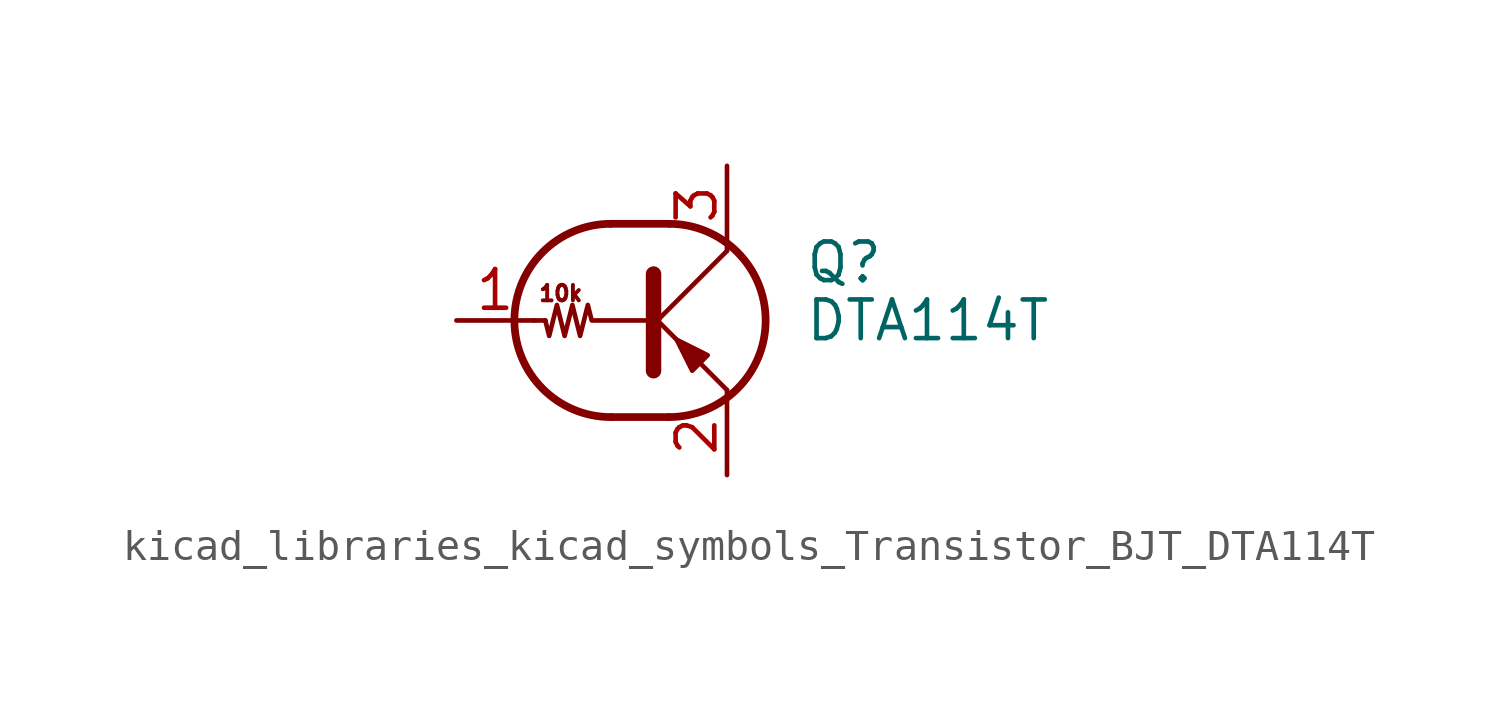
<source format=kicad_sym>
(kicad_symbol_lib
  (version 20220914)
  (generator kicad_symbol_editor)
  (symbol "kicad_libraries_kicad_symbols_Transistor_BJT_DTA114T"
    (pin_names
      (offset 0) hide)
    (property "Reference" "Q"
      (at 5.08 1.905 0)
      (effects (font (size 1.27 1.27)) (justify left)))
    (property "Value" "DTA114T"
      (at 5.08 0 0)
      (effects (font (size 1.27 1.27)) (justify left)))
    (symbol "kicad_libraries_kicad_symbols_Transistor_BJT_DTA114T_0_0"
      (polyline (pts (xy 2.54 -2.286) (xy 2.54 -2.54)) (stroke (width 0) (type default)) (fill (type none)))
      (text "10k" (at -2.921 0.889 0) (effects (font (size 0.508 0.508)))))
    (symbol "kicad_libraries_kicad_symbols_Transistor_BJT_DTA114T_0_1"
      (arc (start -1.27 3.175) (mid -4.4312 0) (end -1.27 -3.175) (stroke (width 0.254) (type default)) (fill (type none)))
      (polyline (pts (xy -3.429 0) (xy -3.81 0)) (stroke (width 0) (type default)) (fill (type none)))
      (polyline (pts (xy -1.27 -3.175) (xy 0.635 -3.175)) (stroke (width 0.254) (type default)) (fill (type none)))
      (polyline (pts (xy -1.27 3.175) (xy 0.635 3.175)) (stroke (width 0.254) (type default)) (fill (type none)))
      (polyline (pts (xy 0 -0.254) (xy 2.54 2.286)) (stroke (width 0) (type default)) (fill (type none)))
      (polyline (pts (xy 0.127 1.524) (xy 0.127 -1.651)) (stroke (width 0.508) (type default)) (fill (type outline)))
      (polyline (pts (xy 2.54 2.286) (xy 2.54 2.54)) (stroke (width 0) (type default)) (fill (type none)))
      (polyline (pts (xy 2.54 -2.286) (xy 0 0.254) (xy 0 0.254)) (stroke (width 0) (type default)) (fill (type none)))
      (polyline (pts (xy 1.397 -1.651) (xy 1.905 -1.143) (xy 0.889 -0.635) (xy 1.397 -1.651)) (stroke (width 0) (type default)) (fill (type outline)))
      (polyline (pts (xy 0 0) (xy -1.905 0) (xy -2.032 0.508) (xy -2.286 -0.508) (xy -2.54 0.508) (xy -2.794 -0.508) (xy -3.048 0.508) (xy -3.302 -0.508) (xy -3.429 0)) (stroke (width 0) (type default)) (fill (type none)))
      (arc (start 0.635 -3.175) (mid 3.7962 0) (end 0.635 3.175) (stroke (width 0.254) (type default)) (fill (type none))))
    (symbol "kicad_libraries_kicad_symbols_Transistor_BJT_DTA114T_1_1"
      (pin input line (at -6.35 0 0) (length 2.54) (name "B" (effects (font (size 1.27 1.27)))) (number "1" (effects (font (size 1.27 1.27)))))
      (pin passive line (at 2.54 -5.08 90) (length 2.54) (name "E" (effects (font (size 1.27 1.27)))) (number "2" (effects (font (size 1.27 1.27)))))
      (pin passive line (at 2.54 5.08 270) (length 2.54) (name "C" (effects (font (size 1.27 1.27)))) (number "3" (effects (font (size 1.27 1.27))))))))
</source>
